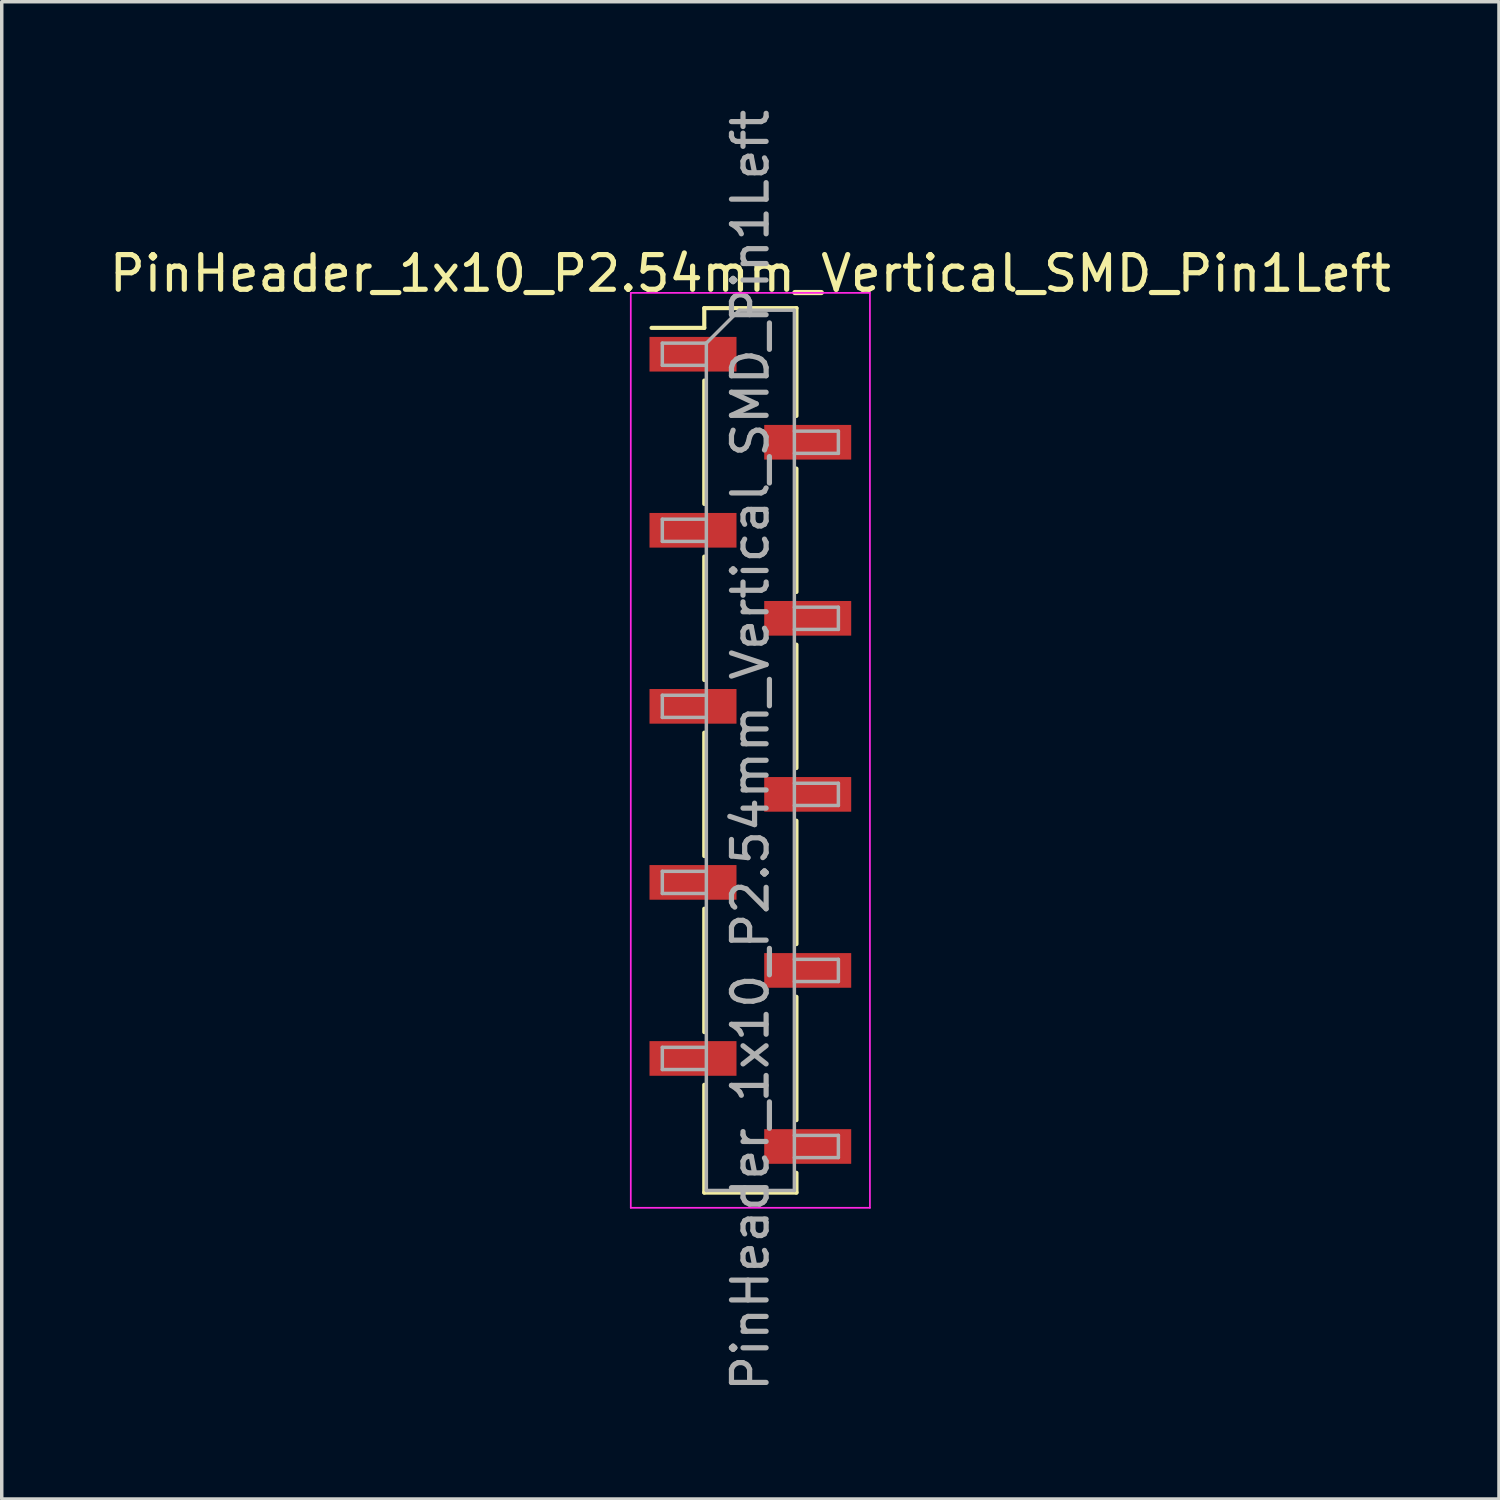
<source format=kicad_pcb>
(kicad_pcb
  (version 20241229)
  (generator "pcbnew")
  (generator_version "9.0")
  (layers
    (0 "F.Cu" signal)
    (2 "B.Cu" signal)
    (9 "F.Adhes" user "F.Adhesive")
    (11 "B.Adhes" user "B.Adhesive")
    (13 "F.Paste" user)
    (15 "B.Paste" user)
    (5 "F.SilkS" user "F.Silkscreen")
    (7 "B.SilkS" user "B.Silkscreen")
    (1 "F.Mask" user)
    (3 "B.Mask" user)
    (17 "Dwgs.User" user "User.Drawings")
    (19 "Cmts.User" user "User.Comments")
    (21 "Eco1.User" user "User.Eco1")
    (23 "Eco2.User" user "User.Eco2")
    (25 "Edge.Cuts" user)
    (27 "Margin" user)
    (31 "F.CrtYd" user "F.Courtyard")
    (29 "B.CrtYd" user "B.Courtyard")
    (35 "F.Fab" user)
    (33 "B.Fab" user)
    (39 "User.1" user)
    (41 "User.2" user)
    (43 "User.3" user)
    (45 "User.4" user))
  (footprint "PinHeader_1x10_P2.54mm_Vertical_SMD_Pin1Left"
    (layer "F.Cu")
    (at 18.601 18.601)
    (property "Reference" "PinHeader_1x10_P2.54mm_Vertical_SMD_Pin1Left" (at 0 -13.76 0) (layer "F.SilkS") (effects (font (size 1 1) (thickness 0.15))))
    (attr smd)
    (fp_line (start -1.33 -12.76) (end -1.33 -12.19) (stroke (width 0.12) (type solid)) (layer "F.SilkS"))
    (fp_line (start -1.33 -12.76) (end 1.33 -12.76) (stroke (width 0.12) (type solid)) (layer "F.SilkS"))
    (fp_line (start -1.33 -12.19) (end -2.85 -12.19) (stroke (width 0.12) (type solid)) (layer "F.SilkS"))
    (fp_line (start -1.33 -10.67) (end -1.33 -7.11) (stroke (width 0.12) (type solid)) (layer "F.SilkS"))
    (fp_line (start -1.33 -5.59) (end -1.33 -2.03) (stroke (width 0.12) (type solid)) (layer "F.SilkS"))
    (fp_line (start -1.33 -0.51) (end -1.33 3.05) (stroke (width 0.12) (type solid)) (layer "F.SilkS"))
    (fp_line (start -1.33 4.57) (end -1.33 8.13) (stroke (width 0.12) (type solid)) (layer "F.SilkS"))
    (fp_line (start -1.33 9.65) (end -1.33 12.76) (stroke (width 0.12) (type solid)) (layer "F.SilkS"))
    (fp_line (start -1.33 12.76) (end 1.33 12.76) (stroke (width 0.12) (type solid)) (layer "F.SilkS"))
    (fp_line (start 1.33 -12.76) (end 1.33 -9.65) (stroke (width 0.12) (type solid)) (layer "F.SilkS"))
    (fp_line (start 1.33 -8.13) (end 1.33 -4.57) (stroke (width 0.12) (type solid)) (layer "F.SilkS"))
    (fp_line (start 1.33 -3.05) (end 1.33 0.51) (stroke (width 0.12) (type solid)) (layer "F.SilkS"))
    (fp_line (start 1.33 2.03) (end 1.33 5.59) (stroke (width 0.12) (type solid)) (layer "F.SilkS"))
    (fp_line (start 1.33 7.11) (end 1.33 10.67) (stroke (width 0.12) (type solid)) (layer "F.SilkS"))
    (fp_line (start 1.33 12.19) (end 1.33 12.76) (stroke (width 0.12) (type solid)) (layer "F.SilkS"))
    (fp_line (start -3.45 -13.2) (end -3.45 13.2) (stroke (width 0.05) (type solid)) (layer "F.CrtYd"))
    (fp_line (start -3.45 13.2) (end 3.45 13.2) (stroke (width 0.05) (type solid)) (layer "F.CrtYd"))
    (fp_line (start 3.45 -13.2) (end -3.45 -13.2) (stroke (width 0.05) (type solid)) (layer "F.CrtYd"))
    (fp_line (start 3.45 13.2) (end 3.45 -13.2) (stroke (width 0.05) (type solid)) (layer "F.CrtYd"))
    (fp_line (start -2.54 -11.75) (end -2.54 -11.11) (stroke (width 0.1) (type solid)) (layer "F.Fab"))
    (fp_line (start -2.54 -11.11) (end -1.27 -11.11) (stroke (width 0.1) (type solid)) (layer "F.Fab"))
    (fp_line (start -2.54 -6.67) (end -2.54 -6.03) (stroke (width 0.1) (type solid)) (layer "F.Fab"))
    (fp_line (start -2.54 -6.03) (end -1.27 -6.03) (stroke (width 0.1) (type solid)) (layer "F.Fab"))
    (fp_line (start -2.54 -1.59) (end -2.54 -0.95) (stroke (width 0.1) (type solid)) (layer "F.Fab"))
    (fp_line (start -2.54 -0.95) (end -1.27 -0.95) (stroke (width 0.1) (type solid)) (layer "F.Fab"))
    (fp_line (start -2.54 3.49) (end -2.54 4.13) (stroke (width 0.1) (type solid)) (layer "F.Fab"))
    (fp_line (start -2.54 4.13) (end -1.27 4.13) (stroke (width 0.1) (type solid)) (layer "F.Fab"))
    (fp_line (start -2.54 8.57) (end -2.54 9.21) (stroke (width 0.1) (type solid)) (layer "F.Fab"))
    (fp_line (start -2.54 9.21) (end -1.27 9.21) (stroke (width 0.1) (type solid)) (layer "F.Fab"))
    (fp_line (start -1.27 -11.75) (end -2.54 -11.75) (stroke (width 0.1) (type solid)) (layer "F.Fab"))
    (fp_line (start -1.27 -11.75) (end -0.32 -12.7) (stroke (width 0.1) (type solid)) (layer "F.Fab"))
    (fp_line (start -1.27 -6.67) (end -2.54 -6.67) (stroke (width 0.1) (type solid)) (layer "F.Fab"))
    (fp_line (start -1.27 -1.59) (end -2.54 -1.59) (stroke (width 0.1) (type solid)) (layer "F.Fab"))
    (fp_line (start -1.27 3.49) (end -2.54 3.49) (stroke (width 0.1) (type solid)) (layer "F.Fab"))
    (fp_line (start -1.27 8.57) (end -2.54 8.57) (stroke (width 0.1) (type solid)) (layer "F.Fab"))
    (fp_line (start -1.27 12.7) (end -1.27 -11.75) (stroke (width 0.1) (type solid)) (layer "F.Fab"))
    (fp_line (start -0.32 -12.7) (end 1.27 -12.7) (stroke (width 0.1) (type solid)) (layer "F.Fab"))
    (fp_line (start 1.27 -12.7) (end 1.27 12.7) (stroke (width 0.1) (type solid)) (layer "F.Fab"))
    (fp_line (start 1.27 -9.21) (end 2.54 -9.21) (stroke (width 0.1) (type solid)) (layer "F.Fab"))
    (fp_line (start 1.27 -4.13) (end 2.54 -4.13) (stroke (width 0.1) (type solid)) (layer "F.Fab"))
    (fp_line (start 1.27 0.95) (end 2.54 0.95) (stroke (width 0.1) (type solid)) (layer "F.Fab"))
    (fp_line (start 1.27 6.03) (end 2.54 6.03) (stroke (width 0.1) (type solid)) (layer "F.Fab"))
    (fp_line (start 1.27 11.11) (end 2.54 11.11) (stroke (width 0.1) (type solid)) (layer "F.Fab"))
    (fp_line (start 1.27 12.7) (end -1.27 12.7) (stroke (width 0.1) (type solid)) (layer "F.Fab"))
    (fp_line (start 2.54 -9.21) (end 2.54 -8.57) (stroke (width 0.1) (type solid)) (layer "F.Fab"))
    (fp_line (start 2.54 -8.57) (end 1.27 -8.57) (stroke (width 0.1) (type solid)) (layer "F.Fab"))
    (fp_line (start 2.54 -4.13) (end 2.54 -3.49) (stroke (width 0.1) (type solid)) (layer "F.Fab"))
    (fp_line (start 2.54 -3.49) (end 1.27 -3.49) (stroke (width 0.1) (type solid)) (layer "F.Fab"))
    (fp_line (start 2.54 0.95) (end 2.54 1.59) (stroke (width 0.1) (type solid)) (layer "F.Fab"))
    (fp_line (start 2.54 1.59) (end 1.27 1.59) (stroke (width 0.1) (type solid)) (layer "F.Fab"))
    (fp_line (start 2.54 6.03) (end 2.54 6.67) (stroke (width 0.1) (type solid)) (layer "F.Fab"))
    (fp_line (start 2.54 6.67) (end 1.27 6.67) (stroke (width 0.1) (type solid)) (layer "F.Fab"))
    (fp_line (start 2.54 11.11) (end 2.54 11.75) (stroke (width 0.1) (type solid)) (layer "F.Fab"))
    (fp_line (start 2.54 11.75) (end 1.27 11.75) (stroke (width 0.1) (type solid)) (layer "F.Fab"))
    (fp_text user "${REFERENCE}" (at 0 0 90) (layer "F.Fab") (effects (font (size 1 1) (thickness 0.15))))
    (pad "1" smd rect (at -1.655 -11.43) (size 2.51 1) (layers "F.Cu" "F.Mask" "F.Paste"))
    (pad "2" smd rect (at 1.655 -8.89) (size 2.51 1) (layers "F.Cu" "F.Mask" "F.Paste"))
    (pad "3" smd rect (at -1.655 -6.35) (size 2.51 1) (layers "F.Cu" "F.Mask" "F.Paste"))
    (pad "4" smd rect (at 1.655 -3.81) (size 2.51 1) (layers "F.Cu" "F.Mask" "F.Paste"))
    (pad "5" smd rect (at -1.655 -1.27) (size 2.51 1) (layers "F.Cu" "F.Mask" "F.Paste"))
    (pad "6" smd rect (at 1.655 1.27) (size 2.51 1) (layers "F.Cu" "F.Mask" "F.Paste"))
    (pad "7" smd rect (at -1.655 3.81) (size 2.51 1) (layers "F.Cu" "F.Mask" "F.Paste"))
    (pad "8" smd rect (at 1.655 6.35) (size 2.51 1) (layers "F.Cu" "F.Mask" "F.Paste"))
    (pad "9" smd rect (at -1.655 8.89) (size 2.51 1) (layers "F.Cu" "F.Mask" "F.Paste"))
    (pad "10" smd rect (at 1.655 11.43) (size 2.51 1) (layers "F.Cu" "F.Mask" "F.Paste")))
  (gr_rect
    (start -3 -3)
    (end 40.202 40.202)
    (stroke (width 0.1) (type default))
    (fill no)
    (layer "Edge.Cuts")))
</source>
